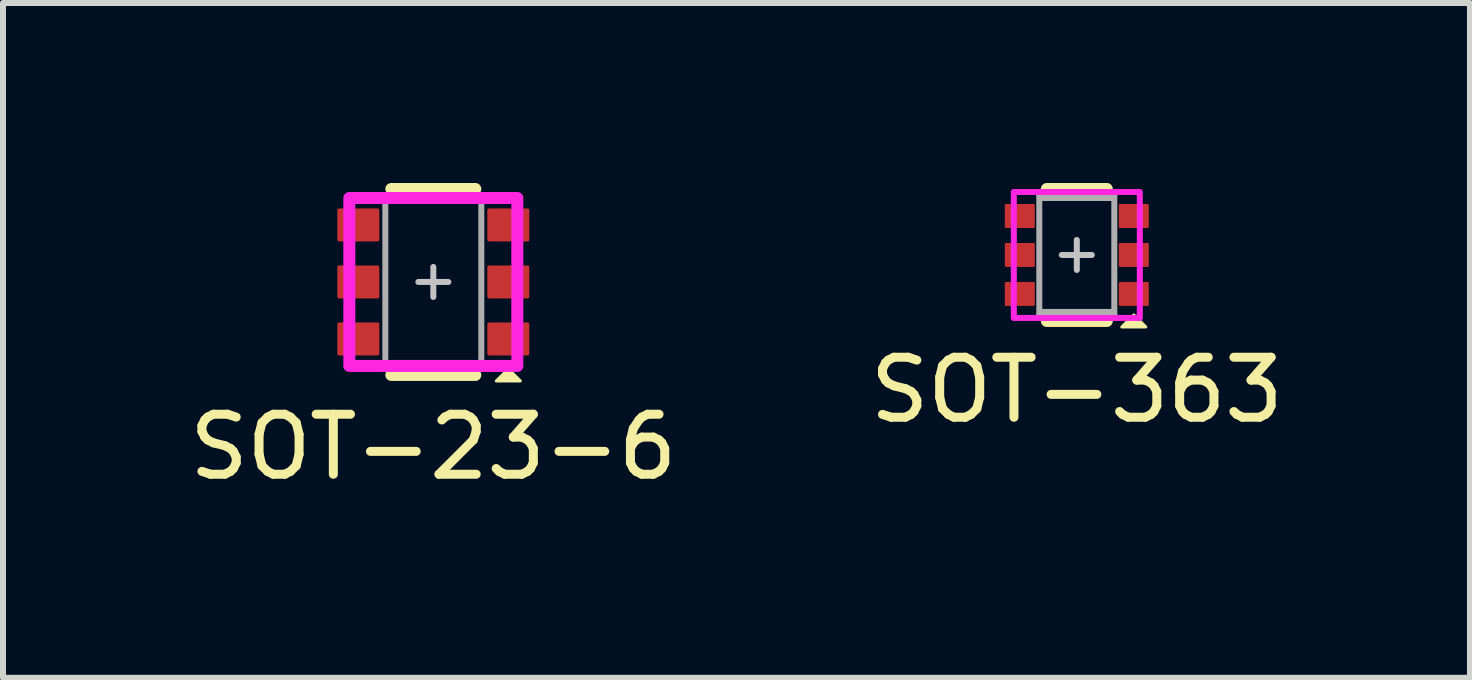
<source format=kicad_pcb>
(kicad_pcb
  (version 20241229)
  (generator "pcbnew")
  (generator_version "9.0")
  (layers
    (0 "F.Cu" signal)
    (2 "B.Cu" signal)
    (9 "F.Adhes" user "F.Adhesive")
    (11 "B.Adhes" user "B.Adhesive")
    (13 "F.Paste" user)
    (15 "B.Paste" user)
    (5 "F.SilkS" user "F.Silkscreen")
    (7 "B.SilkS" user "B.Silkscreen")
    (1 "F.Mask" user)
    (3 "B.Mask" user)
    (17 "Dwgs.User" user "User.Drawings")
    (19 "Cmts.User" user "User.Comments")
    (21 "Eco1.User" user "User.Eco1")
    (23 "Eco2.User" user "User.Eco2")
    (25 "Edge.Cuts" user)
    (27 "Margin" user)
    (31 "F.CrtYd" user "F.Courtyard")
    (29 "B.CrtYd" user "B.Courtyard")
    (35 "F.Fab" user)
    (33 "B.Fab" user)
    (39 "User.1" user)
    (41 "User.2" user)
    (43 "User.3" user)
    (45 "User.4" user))
  (footprint "SOT-23-6"
    (layer "F.Cu")
    (at 4.173 1.65)
    (property "Reference" "SOT-23-6" (at 0 2.75 0) (unlocked yes) (layer "F.SilkS") (effects (font (size 1 1) (thickness 0.15))))
    (attr smd)
    (fp_line (start 0.7 -1.55) (end -0.7 -1.55) (stroke (width 0.2) (type solid)) (layer "F.SilkS"))
    (fp_line (start 0.7 1.55) (end -0.7 1.55) (stroke (width 0.2) (type solid)) (layer "F.SilkS"))
    (fp_poly (pts (xy 1.05 1.65) (xy 1.25 1.45) (xy 1.45 1.65)) (stroke (width 0.05) (type solid)) (fill yes) (layer "F.SilkS"))
    (fp_line (start 0 0.25) (end 0 -0.25) (stroke (width 0.1) (type solid)) (layer "Dwgs.User"))
    (fp_line (start 0.25 0) (end -0.25 0) (stroke (width 0.1) (type solid)) (layer "Dwgs.User"))
    (fp_rect (start -1.4 -1.4) (end 1.4 1.4) (stroke (width 0.2) (type solid)) (fill no) (layer "F.CrtYd"))
    (fp_rect (start -0.8 -1.45) (end 0.8 1.45) (stroke (width 0.1) (type solid)) (fill no) (layer "F.Fab"))
    (pad "1" smd roundrect (at 1.25 0.95) (size 0.7 0.55) (layers "F.Cu" "F.Mask" "F.Paste") (roundrect_rratio 0.05))
    (pad "2" smd roundrect (at 1.25 0) (size 0.7 0.55) (layers "F.Cu" "F.Mask" "F.Paste") (roundrect_rratio 0.05))
    (pad "3" smd roundrect (at 1.25 -0.95) (size 0.7 0.55) (layers "F.Cu" "F.Mask" "F.Paste") (roundrect_rratio 0.05))
    (pad "4" smd roundrect (at -1.25 -0.95) (size 0.7 0.55) (layers "F.Cu" "F.Mask" "F.Paste") (roundrect_rratio 0.05))
    (pad "5" smd roundrect (at -1.25 0) (size 0.7 0.55) (layers "F.Cu" "F.Mask" "F.Paste") (roundrect_rratio 0.05))
    (pad "6" smd roundrect (at -1.25 0.95) (size 0.7 0.55) (layers "F.Cu" "F.Mask" "F.Paste") (roundrect_rratio 0.05)))
  (footprint "SOT-363"
    (layer "F.Cu")
    (at 14.899 1.2)
    (property "Reference" "SOT-363" (at 0 2.25 0) (unlocked yes) (layer "F.SilkS") (effects (font (size 1 1) (thickness 0.15))))
    (attr smd)
    (fp_line (start 0.5 -1.1) (end -0.5 -1.1) (stroke (width 0.2) (type solid)) (layer "F.SilkS"))
    (fp_line (start 0.5 1.1) (end -0.5 1.1) (stroke (width 0.2) (type solid)) (layer "F.SilkS"))
    (fp_poly (pts (xy 0.75 1.2) (xy 0.95 1) (xy 1.15 1.2)) (stroke (width 0.05) (type solid)) (fill yes) (layer "F.SilkS"))
    (fp_line (start 0 0.25) (end 0 -0.25) (stroke (width 0.1) (type solid)) (layer "Dwgs.User"))
    (fp_line (start 0.25 0) (end -0.25 0) (stroke (width 0.1) (type solid)) (layer "Dwgs.User"))
    (fp_rect (start -1.05 -1.05) (end 1.05 1.05) (stroke (width 0.1) (type solid)) (fill no) (layer "F.CrtYd"))
    (fp_line (start -0.625 -1) (end -0.625 1) (stroke (width 0.1) (type solid)) (layer "F.Fab"))
    (fp_line (start -0.575 -1) (end 0.575 -1) (stroke (width 0.2) (type solid)) (layer "F.Fab"))
    (fp_line (start -0.575 1) (end 0.575 1) (stroke (width 0.2) (type solid)) (layer "F.Fab"))
    (fp_line (start 0.625 1) (end 0.625 -1) (stroke (width 0.1) (type solid)) (layer "F.Fab"))
    (pad "1" smd roundrect (at 0.95 0.65) (size 0.5 0.4) (layers "F.Cu" "F.Mask" "F.Paste") (roundrect_rratio 0.05))
    (pad "2" smd roundrect (at 0.95 0) (size 0.5 0.4) (layers "F.Cu" "F.Mask" "F.Paste") (roundrect_rratio 0.05))
    (pad "3" smd roundrect (at 0.95 -0.65) (size 0.5 0.4) (layers "F.Cu" "F.Mask" "F.Paste") (roundrect_rratio 0.05))
    (pad "4" smd roundrect (at -0.95 -0.65) (size 0.5 0.4) (layers "F.Cu" "F.Mask" "F.Paste") (roundrect_rratio 0.05))
    (pad "5" smd roundrect (at -0.95 0) (size 0.5 0.4) (layers "F.Cu" "F.Mask" "F.Paste") (roundrect_rratio 0.05))
    (pad "6" smd roundrect (at -0.95 0.65) (size 0.5 0.4) (layers "F.Cu" "F.Mask" "F.Paste") (roundrect_rratio 0.05)))
  (gr_rect
    (start -3 -3)
    (end 21.452 8.248)
    (stroke (width 0.1) (type default))
    (fill no)
    (layer "Edge.Cuts")))
</source>
